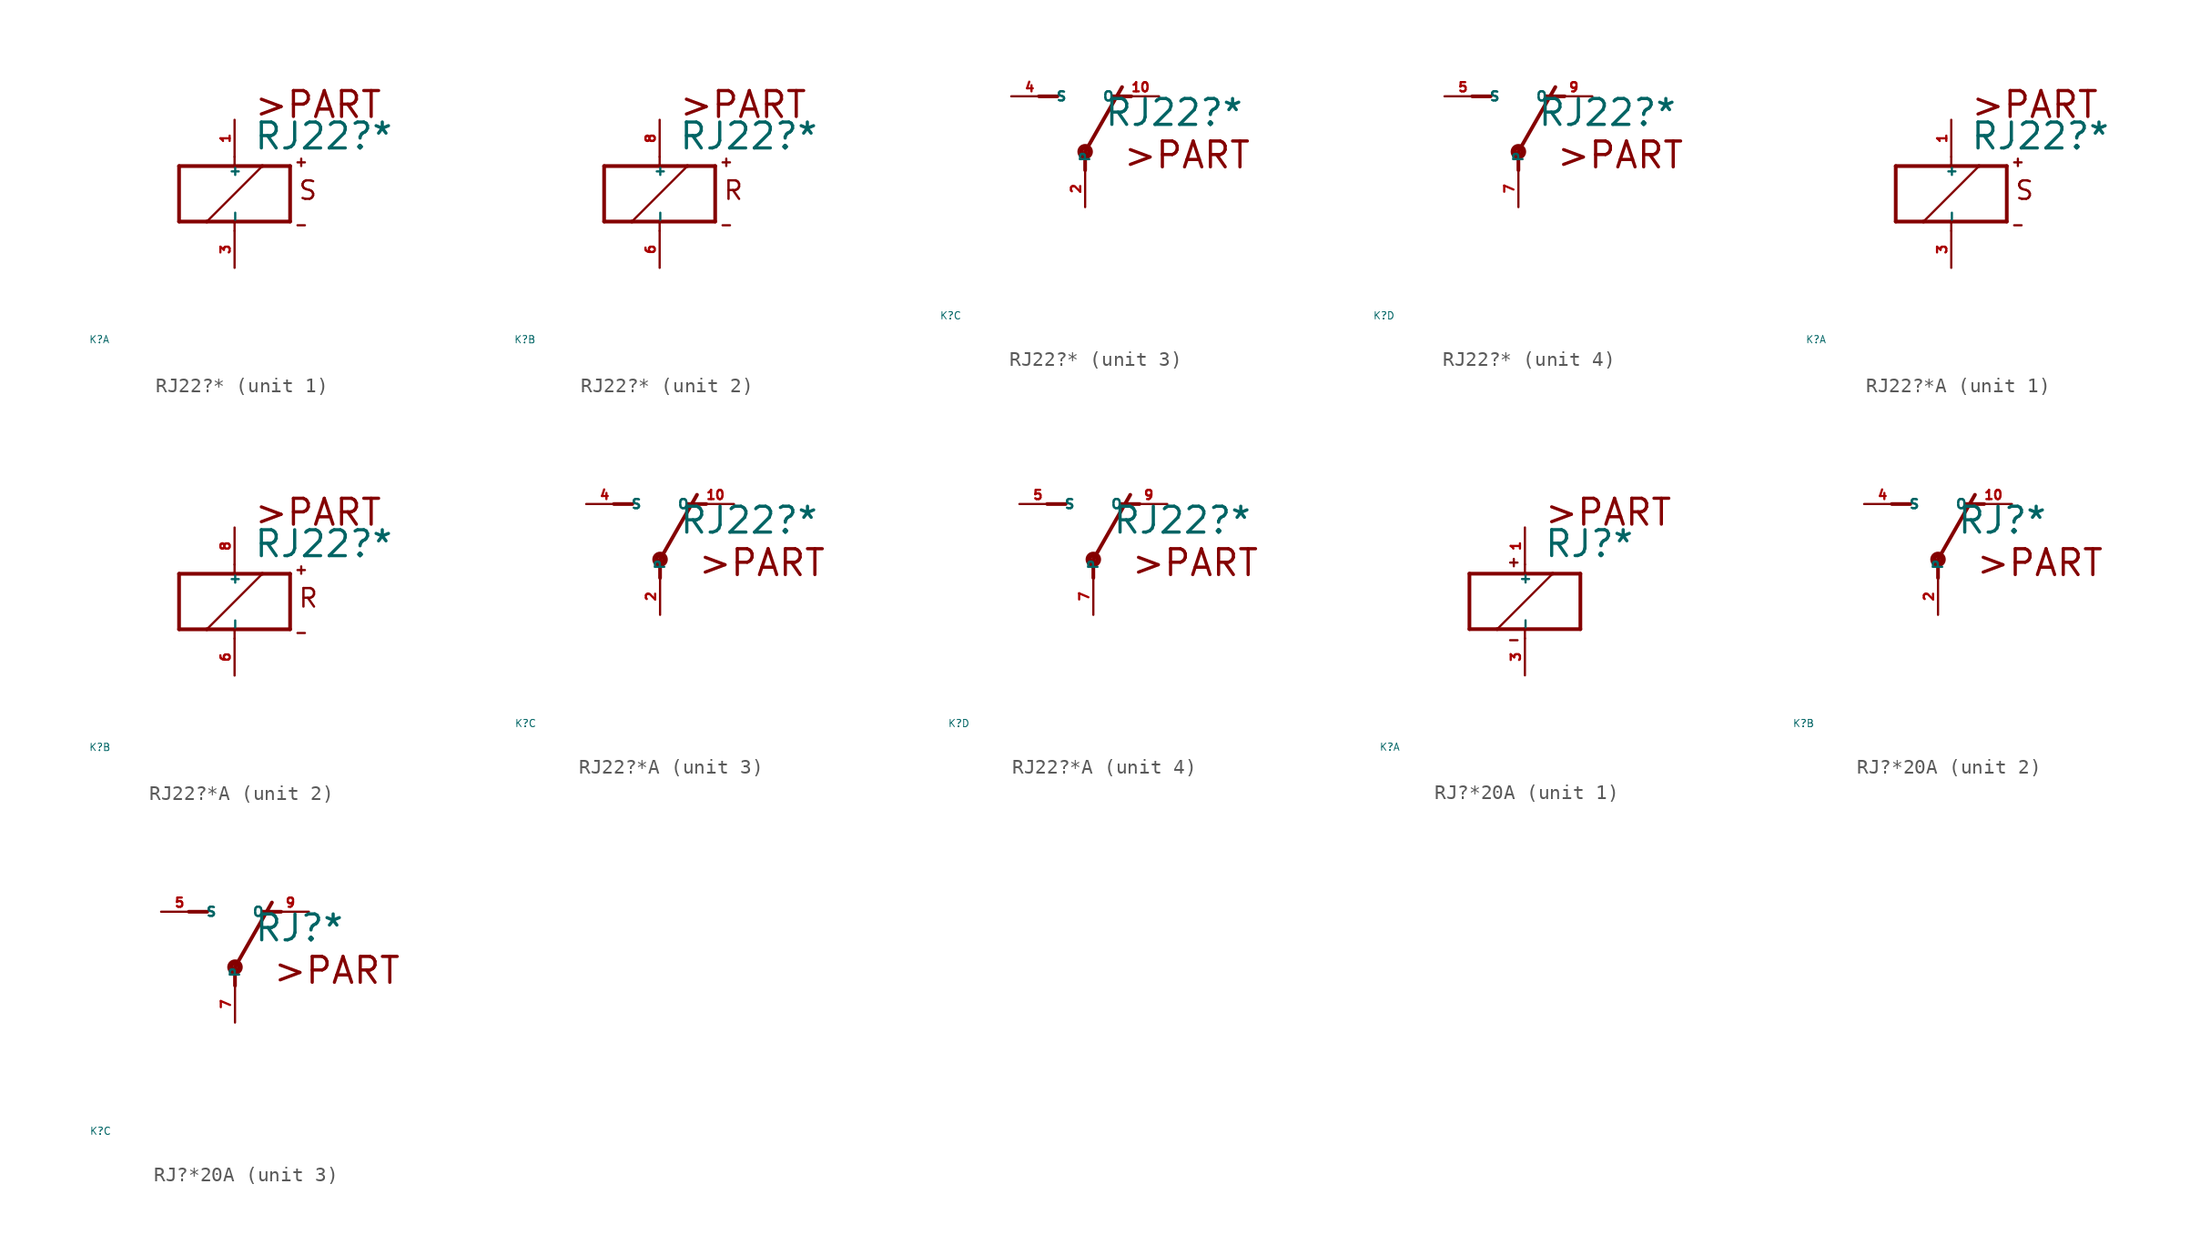
<source format=kicad_sym>
(kicad_symbol_lib
  (version 20220914)
  (generator Eagle2Kicad)
  (symbol "RJ22?*"
    (property "Reference" "K"
      (at -10 -10 0)
      (effects (font (size 0.5 0.5) (thickness 0.06)) (justify left)))
    (property "Value" "RJ22?*"
      (at 1.27 2.921 0)
      (effects (font (size 1.778 1.778) (thickness 0.22)) (justify left bottom)))
    (symbol "RJ22?*_1_0"
      (polyline (pts (xy -3.81 -1.905) (xy -1.905 -1.905)) (stroke (width 0.254) (type default)) (fill (type none)))
      (polyline (pts (xy 3.81 -1.905) (xy 3.81 1.905)) (stroke (width 0.254) (type default)) (fill (type none)))
      (polyline (pts (xy 3.81 1.905) (xy 1.905 1.905)) (stroke (width 0.254) (type default)) (fill (type none)))
      (polyline (pts (xy -3.81 1.905) (xy -3.81 -1.905)) (stroke (width 0.254) (type default)) (fill (type none)))
      (polyline (pts (xy 0 -2.54) (xy 0 -1.905)) (stroke (width 0.152) (type default)) (fill (type none)))
      (polyline (pts (xy 0 -1.905) (xy 3.81 -1.905)) (stroke (width 0.254) (type default)) (fill (type none)))
      (polyline (pts (xy 0 2.54) (xy 0 1.905)) (stroke (width 0.152) (type default)) (fill (type none)))
      (polyline (pts (xy 0 1.905) (xy -3.81 1.905)) (stroke (width 0.254) (type default)) (fill (type none)))
      (polyline (pts (xy -1.905 -1.905) (xy 1.905 1.905)) (stroke (width 0.152) (type default)) (fill (type none)))
      (polyline (pts (xy -1.905 -1.905) (xy 0 -1.905)) (stroke (width 0.254) (type default)) (fill (type none)))
      (polyline (pts (xy 1.905 1.905) (xy 0 1.905)) (stroke (width 0.254) (type default)) (fill (type none)))
      (polyline (pts (xy 4.318 2.159) (xy 4.826 2.159)) (stroke (width 0.152) (type default)) (fill (type none)))
      (polyline (pts (xy 4.572 2.413) (xy 4.572 1.905)) (stroke (width 0.152) (type default)) (fill (type none)))
      (polyline (pts (xy 4.318 -2.159) (xy 4.826 -2.159)) (stroke (width 0.152) (type default)) (fill (type none)))
      (text ">PART" (at 1.27 5.08 0) (effects (font (size 1.778 1.778) (thickness 0.22)) (justify left bottom)))
      (text "S" (at 4.318 -0.508 0) (effects (font (size 1.27 1.27) (thickness 0.16)) (justify left bottom)))
      (pin passive line (at 0 -5.08 90) (length 2.54) (name "-" (effects (font (size 0.635 0.635) (thickness 0.08)) (justify left bottom))) (number "3" (effects (font (size 0.635 0.635) (thickness 0.08)) (justify left bottom))))
      (pin passive line (at 0 5.08 270) (length 2.54) (name "+" (effects (font (size 0.635 0.635) (thickness 0.08)) (justify left bottom))) (number "1" (effects (font (size 0.635 0.635) (thickness 0.08)) (justify left bottom)))))
    (symbol "RJ22?*_2_0"
      (polyline (pts (xy -3.81 -1.905) (xy -1.905 -1.905)) (stroke (width 0.254) (type default)) (fill (type none)))
      (polyline (pts (xy 3.81 -1.905) (xy 3.81 1.905)) (stroke (width 0.254) (type default)) (fill (type none)))
      (polyline (pts (xy 3.81 1.905) (xy 1.905 1.905)) (stroke (width 0.254) (type default)) (fill (type none)))
      (polyline (pts (xy -3.81 1.905) (xy -3.81 -1.905)) (stroke (width 0.254) (type default)) (fill (type none)))
      (polyline (pts (xy 0 -2.54) (xy 0 -1.905)) (stroke (width 0.152) (type default)) (fill (type none)))
      (polyline (pts (xy 0 -1.905) (xy 3.81 -1.905)) (stroke (width 0.254) (type default)) (fill (type none)))
      (polyline (pts (xy 0 2.54) (xy 0 1.905)) (stroke (width 0.152) (type default)) (fill (type none)))
      (polyline (pts (xy 0 1.905) (xy -3.81 1.905)) (stroke (width 0.254) (type default)) (fill (type none)))
      (polyline (pts (xy -1.905 -1.905) (xy 1.905 1.905)) (stroke (width 0.152) (type default)) (fill (type none)))
      (polyline (pts (xy -1.905 -1.905) (xy 0 -1.905)) (stroke (width 0.254) (type default)) (fill (type none)))
      (polyline (pts (xy 1.905 1.905) (xy 0 1.905)) (stroke (width 0.254) (type default)) (fill (type none)))
      (polyline (pts (xy 4.318 2.159) (xy 4.826 2.159)) (stroke (width 0.152) (type default)) (fill (type none)))
      (polyline (pts (xy 4.572 2.413) (xy 4.572 1.905)) (stroke (width 0.152) (type default)) (fill (type none)))
      (polyline (pts (xy 4.318 -2.159) (xy 4.826 -2.159)) (stroke (width 0.152) (type default)) (fill (type none)))
      (text ">PART" (at 1.27 5.08 0) (effects (font (size 1.778 1.778) (thickness 0.22)) (justify left bottom)))
      (text "R" (at 4.318 -0.508 0) (effects (font (size 1.27 1.27) (thickness 0.16)) (justify left bottom)))
      (pin passive line (at 0 -5.08 90) (length 2.54) (name "-" (effects (font (size 0.635 0.635) (thickness 0.08)) (justify left bottom))) (number "6" (effects (font (size 0.635 0.635) (thickness 0.08)) (justify left bottom))))
      (pin passive line (at 0 5.08 270) (length 2.54) (name "+" (effects (font (size 0.635 0.635) (thickness 0.08)) (justify left bottom))) (number "8" (effects (font (size 0.635 0.635) (thickness 0.08)) (justify left bottom)))))
    (symbol "RJ22?*_3_0"
      (polyline (pts (xy 3.175 5.08) (xy 1.905 5.08)) (stroke (width 0.254) (type default)) (fill (type none)))
      (polyline (pts (xy -3.175 5.08) (xy -1.905 5.08)) (stroke (width 0.254) (type default)) (fill (type none)))
      (polyline (pts (xy 0 1.27) (xy 2.54 5.715)) (stroke (width 0.254) (type default)) (fill (type none)))
      (polyline (pts (xy 0 1.27) (xy 0 0)) (stroke (width 0.254) (type default)) (fill (type none)))
      (text ">PART" (at 2.54 0 0) (effects (font (size 1.778 1.778) (thickness 0.22)) (justify left bottom)))
      (circle (center 0 1.27) (radius 0.127) (stroke (width 0.406) (type default)) (fill (type none)))
      (pin passive line (at 5.08 5.08 180) (length 2.54) (name "O" (effects (font (size 0.635 0.635) (thickness 0.08)) (justify left bottom))) (number "10" (effects (font (size 0.635 0.635) (thickness 0.08)) (justify left bottom))))
      (pin passive line (at -5.08 5.08 0) (length 2.54) (name "S" (effects (font (size 0.635 0.635) (thickness 0.08)) (justify left bottom))) (number "4" (effects (font (size 0.635 0.635) (thickness 0.08)) (justify left bottom))))
      (pin passive line (at 0 -2.54 90) (length 2.54) (name "P" (effects (font (size 0.635 0.635) (thickness 0.08)) (justify left bottom))) (number "2" (effects (font (size 0.635 0.635) (thickness 0.08)) (justify left bottom)))))
    (symbol "RJ22?*_4_0"
      (polyline (pts (xy 3.175 5.08) (xy 1.905 5.08)) (stroke (width 0.254) (type default)) (fill (type none)))
      (polyline (pts (xy -3.175 5.08) (xy -1.905 5.08)) (stroke (width 0.254) (type default)) (fill (type none)))
      (polyline (pts (xy 0 1.27) (xy 2.54 5.715)) (stroke (width 0.254) (type default)) (fill (type none)))
      (polyline (pts (xy 0 1.27) (xy 0 0)) (stroke (width 0.254) (type default)) (fill (type none)))
      (text ">PART" (at 2.54 0 0) (effects (font (size 1.778 1.778) (thickness 0.22)) (justify left bottom)))
      (circle (center 0 1.27) (radius 0.127) (stroke (width 0.406) (type default)) (fill (type none)))
      (pin passive line (at 5.08 5.08 180) (length 2.54) (name "O" (effects (font (size 0.635 0.635) (thickness 0.08)) (justify left bottom))) (number "9" (effects (font (size 0.635 0.635) (thickness 0.08)) (justify left bottom))))
      (pin passive line (at -5.08 5.08 0) (length 2.54) (name "S" (effects (font (size 0.635 0.635) (thickness 0.08)) (justify left bottom))) (number "5" (effects (font (size 0.635 0.635) (thickness 0.08)) (justify left bottom))))
      (pin passive line (at 0 -2.54 90) (length 2.54) (name "P" (effects (font (size 0.635 0.635) (thickness 0.08)) (justify left bottom))) (number "7" (effects (font (size 0.635 0.635) (thickness 0.08)) (justify left bottom))))))
  (symbol "RJ22?*A"
    (property "Reference" "K"
      (at -10 -10 0)
      (effects (font (size 0.5 0.5) (thickness 0.06)) (justify left)))
    (property "Value" "RJ22?*"
      (at 1.27 2.921 0)
      (effects (font (size 1.778 1.778) (thickness 0.22)) (justify left bottom)))
    (symbol "RJ22?*A_1_0"
      (polyline (pts (xy -3.81 -1.905) (xy -1.905 -1.905)) (stroke (width 0.254) (type default)) (fill (type none)))
      (polyline (pts (xy 3.81 -1.905) (xy 3.81 1.905)) (stroke (width 0.254) (type default)) (fill (type none)))
      (polyline (pts (xy 3.81 1.905) (xy 1.905 1.905)) (stroke (width 0.254) (type default)) (fill (type none)))
      (polyline (pts (xy -3.81 1.905) (xy -3.81 -1.905)) (stroke (width 0.254) (type default)) (fill (type none)))
      (polyline (pts (xy 0 -2.54) (xy 0 -1.905)) (stroke (width 0.152) (type default)) (fill (type none)))
      (polyline (pts (xy 0 -1.905) (xy 3.81 -1.905)) (stroke (width 0.254) (type default)) (fill (type none)))
      (polyline (pts (xy 0 2.54) (xy 0 1.905)) (stroke (width 0.152) (type default)) (fill (type none)))
      (polyline (pts (xy 0 1.905) (xy -3.81 1.905)) (stroke (width 0.254) (type default)) (fill (type none)))
      (polyline (pts (xy -1.905 -1.905) (xy 1.905 1.905)) (stroke (width 0.152) (type default)) (fill (type none)))
      (polyline (pts (xy -1.905 -1.905) (xy 0 -1.905)) (stroke (width 0.254) (type default)) (fill (type none)))
      (polyline (pts (xy 1.905 1.905) (xy 0 1.905)) (stroke (width 0.254) (type default)) (fill (type none)))
      (polyline (pts (xy 4.318 2.159) (xy 4.826 2.159)) (stroke (width 0.152) (type default)) (fill (type none)))
      (polyline (pts (xy 4.572 2.413) (xy 4.572 1.905)) (stroke (width 0.152) (type default)) (fill (type none)))
      (polyline (pts (xy 4.318 -2.159) (xy 4.826 -2.159)) (stroke (width 0.152) (type default)) (fill (type none)))
      (text ">PART" (at 1.27 5.08 0) (effects (font (size 1.778 1.778) (thickness 0.22)) (justify left bottom)))
      (text "S" (at 4.318 -0.508 0) (effects (font (size 1.27 1.27) (thickness 0.16)) (justify left bottom)))
      (pin passive line (at 0 -5.08 90) (length 2.54) (name "-" (effects (font (size 0.635 0.635) (thickness 0.08)) (justify left bottom))) (number "3" (effects (font (size 0.635 0.635) (thickness 0.08)) (justify left bottom))))
      (pin passive line (at 0 5.08 270) (length 2.54) (name "+" (effects (font (size 0.635 0.635) (thickness 0.08)) (justify left bottom))) (number "1" (effects (font (size 0.635 0.635) (thickness 0.08)) (justify left bottom)))))
    (symbol "RJ22?*A_2_0"
      (polyline (pts (xy -3.81 -1.905) (xy -1.905 -1.905)) (stroke (width 0.254) (type default)) (fill (type none)))
      (polyline (pts (xy 3.81 -1.905) (xy 3.81 1.905)) (stroke (width 0.254) (type default)) (fill (type none)))
      (polyline (pts (xy 3.81 1.905) (xy 1.905 1.905)) (stroke (width 0.254) (type default)) (fill (type none)))
      (polyline (pts (xy -3.81 1.905) (xy -3.81 -1.905)) (stroke (width 0.254) (type default)) (fill (type none)))
      (polyline (pts (xy 0 -2.54) (xy 0 -1.905)) (stroke (width 0.152) (type default)) (fill (type none)))
      (polyline (pts (xy 0 -1.905) (xy 3.81 -1.905)) (stroke (width 0.254) (type default)) (fill (type none)))
      (polyline (pts (xy 0 2.54) (xy 0 1.905)) (stroke (width 0.152) (type default)) (fill (type none)))
      (polyline (pts (xy 0 1.905) (xy -3.81 1.905)) (stroke (width 0.254) (type default)) (fill (type none)))
      (polyline (pts (xy -1.905 -1.905) (xy 1.905 1.905)) (stroke (width 0.152) (type default)) (fill (type none)))
      (polyline (pts (xy -1.905 -1.905) (xy 0 -1.905)) (stroke (width 0.254) (type default)) (fill (type none)))
      (polyline (pts (xy 1.905 1.905) (xy 0 1.905)) (stroke (width 0.254) (type default)) (fill (type none)))
      (polyline (pts (xy 4.318 2.159) (xy 4.826 2.159)) (stroke (width 0.152) (type default)) (fill (type none)))
      (polyline (pts (xy 4.572 2.413) (xy 4.572 1.905)) (stroke (width 0.152) (type default)) (fill (type none)))
      (polyline (pts (xy 4.318 -2.159) (xy 4.826 -2.159)) (stroke (width 0.152) (type default)) (fill (type none)))
      (text ">PART" (at 1.27 5.08 0) (effects (font (size 1.778 1.778) (thickness 0.22)) (justify left bottom)))
      (text "R" (at 4.318 -0.508 0) (effects (font (size 1.27 1.27) (thickness 0.16)) (justify left bottom)))
      (pin passive line (at 0 -5.08 90) (length 2.54) (name "-" (effects (font (size 0.635 0.635) (thickness 0.08)) (justify left bottom))) (number "6" (effects (font (size 0.635 0.635) (thickness 0.08)) (justify left bottom))))
      (pin passive line (at 0 5.08 270) (length 2.54) (name "+" (effects (font (size 0.635 0.635) (thickness 0.08)) (justify left bottom))) (number "8" (effects (font (size 0.635 0.635) (thickness 0.08)) (justify left bottom)))))
    (symbol "RJ22?*A_3_0"
      (polyline (pts (xy 3.175 5.08) (xy 1.905 5.08)) (stroke (width 0.254) (type default)) (fill (type none)))
      (polyline (pts (xy -3.175 5.08) (xy -1.905 5.08)) (stroke (width 0.254) (type default)) (fill (type none)))
      (polyline (pts (xy 0 1.27) (xy 2.54 5.715)) (stroke (width 0.254) (type default)) (fill (type none)))
      (polyline (pts (xy 0 1.27) (xy 0 0)) (stroke (width 0.254) (type default)) (fill (type none)))
      (text ">PART" (at 2.54 0 0) (effects (font (size 1.778 1.778) (thickness 0.22)) (justify left bottom)))
      (circle (center 0 1.27) (radius 0.127) (stroke (width 0.406) (type default)) (fill (type none)))
      (pin passive line (at 5.08 5.08 180) (length 2.54) (name "O" (effects (font (size 0.635 0.635) (thickness 0.08)) (justify left bottom))) (number "10" (effects (font (size 0.635 0.635) (thickness 0.08)) (justify left bottom))))
      (pin passive line (at -5.08 5.08 0) (length 2.54) (name "S" (effects (font (size 0.635 0.635) (thickness 0.08)) (justify left bottom))) (number "4" (effects (font (size 0.635 0.635) (thickness 0.08)) (justify left bottom))))
      (pin passive line (at 0 -2.54 90) (length 2.54) (name "P" (effects (font (size 0.635 0.635) (thickness 0.08)) (justify left bottom))) (number "2" (effects (font (size 0.635 0.635) (thickness 0.08)) (justify left bottom)))))
    (symbol "RJ22?*A_4_0"
      (polyline (pts (xy 3.175 5.08) (xy 1.905 5.08)) (stroke (width 0.254) (type default)) (fill (type none)))
      (polyline (pts (xy -3.175 5.08) (xy -1.905 5.08)) (stroke (width 0.254) (type default)) (fill (type none)))
      (polyline (pts (xy 0 1.27) (xy 2.54 5.715)) (stroke (width 0.254) (type default)) (fill (type none)))
      (polyline (pts (xy 0 1.27) (xy 0 0)) (stroke (width 0.254) (type default)) (fill (type none)))
      (text ">PART" (at 2.54 0 0) (effects (font (size 1.778 1.778) (thickness 0.22)) (justify left bottom)))
      (circle (center 0 1.27) (radius 0.127) (stroke (width 0.406) (type default)) (fill (type none)))
      (pin passive line (at 5.08 5.08 180) (length 2.54) (name "O" (effects (font (size 0.635 0.635) (thickness 0.08)) (justify left bottom))) (number "9" (effects (font (size 0.635 0.635) (thickness 0.08)) (justify left bottom))))
      (pin passive line (at -5.08 5.08 0) (length 2.54) (name "S" (effects (font (size 0.635 0.635) (thickness 0.08)) (justify left bottom))) (number "5" (effects (font (size 0.635 0.635) (thickness 0.08)) (justify left bottom))))
      (pin passive line (at 0 -2.54 90) (length 2.54) (name "P" (effects (font (size 0.635 0.635) (thickness 0.08)) (justify left bottom))) (number "7" (effects (font (size 0.635 0.635) (thickness 0.08)) (justify left bottom))))))
  (symbol "RJ?*20A"
    (property "Reference" "K"
      (at -10 -10 0)
      (effects (font (size 0.5 0.5) (thickness 0.06)) (justify left)))
    (property "Value" "RJ?*"
      (at 1.27 2.921 0)
      (effects (font (size 1.778 1.778) (thickness 0.22)) (justify left bottom)))
    (symbol "RJ?*20A_1_0"
      (polyline (pts (xy -3.81 -1.905) (xy -1.905 -1.905)) (stroke (width 0.254) (type default)) (fill (type none)))
      (polyline (pts (xy 3.81 -1.905) (xy 3.81 1.905)) (stroke (width 0.254) (type default)) (fill (type none)))
      (polyline (pts (xy 3.81 1.905) (xy 1.905 1.905)) (stroke (width 0.254) (type default)) (fill (type none)))
      (polyline (pts (xy -3.81 1.905) (xy -3.81 -1.905)) (stroke (width 0.254) (type default)) (fill (type none)))
      (polyline (pts (xy 0 -2.54) (xy 0 -1.905)) (stroke (width 0.152) (type default)) (fill (type none)))
      (polyline (pts (xy 0 -1.905) (xy 3.81 -1.905)) (stroke (width 0.254) (type default)) (fill (type none)))
      (polyline (pts (xy 0 2.54) (xy 0 1.905)) (stroke (width 0.152) (type default)) (fill (type none)))
      (polyline (pts (xy 0 1.905) (xy -3.81 1.905)) (stroke (width 0.254) (type default)) (fill (type none)))
      (polyline (pts (xy -1.905 -1.905) (xy 1.905 1.905)) (stroke (width 0.152) (type default)) (fill (type none)))
      (polyline (pts (xy -1.905 -1.905) (xy 0 -1.905)) (stroke (width 0.254) (type default)) (fill (type none)))
      (polyline (pts (xy 1.905 1.905) (xy 0 1.905)) (stroke (width 0.254) (type default)) (fill (type none)))
      (polyline (pts (xy -1.016 2.667) (xy -0.508 2.667)) (stroke (width 0.152) (type default)) (fill (type none)))
      (polyline (pts (xy -0.762 2.921) (xy -0.762 2.413)) (stroke (width 0.152) (type default)) (fill (type none)))
      (polyline (pts (xy -1.016 -2.667) (xy -0.508 -2.667)) (stroke (width 0.152) (type default)) (fill (type none)))
      (text ">PART" (at 1.27 5.08 0) (effects (font (size 1.778 1.778) (thickness 0.22)) (justify left bottom)))
      (pin passive line (at 0 -5.08 90) (length 2.54) (name "-" (effects (font (size 0.635 0.635) (thickness 0.08)) (justify left bottom))) (number "3" (effects (font (size 0.635 0.635) (thickness 0.08)) (justify left bottom))))
      (pin passive line (at 0 5.08 270) (length 2.54) (name "+" (effects (font (size 0.635 0.635) (thickness 0.08)) (justify left bottom))) (number "1" (effects (font (size 0.635 0.635) (thickness 0.08)) (justify left bottom)))))
    (symbol "RJ?*20A_2_0"
      (polyline (pts (xy 3.175 5.08) (xy 1.905 5.08)) (stroke (width 0.254) (type default)) (fill (type none)))
      (polyline (pts (xy -3.175 5.08) (xy -1.905 5.08)) (stroke (width 0.254) (type default)) (fill (type none)))
      (polyline (pts (xy 0 1.27) (xy 2.54 5.715)) (stroke (width 0.254) (type default)) (fill (type none)))
      (polyline (pts (xy 0 1.27) (xy 0 0)) (stroke (width 0.254) (type default)) (fill (type none)))
      (text ">PART" (at 2.54 0 0) (effects (font (size 1.778 1.778) (thickness 0.22)) (justify left bottom)))
      (circle (center 0 1.27) (radius 0.127) (stroke (width 0.406) (type default)) (fill (type none)))
      (pin passive line (at 5.08 5.08 180) (length 2.54) (name "O" (effects (font (size 0.635 0.635) (thickness 0.08)) (justify left bottom))) (number "10" (effects (font (size 0.635 0.635) (thickness 0.08)) (justify left bottom))))
      (pin passive line (at -5.08 5.08 0) (length 2.54) (name "S" (effects (font (size 0.635 0.635) (thickness 0.08)) (justify left bottom))) (number "4" (effects (font (size 0.635 0.635) (thickness 0.08)) (justify left bottom))))
      (pin passive line (at 0 -2.54 90) (length 2.54) (name "P" (effects (font (size 0.635 0.635) (thickness 0.08)) (justify left bottom))) (number "2" (effects (font (size 0.635 0.635) (thickness 0.08)) (justify left bottom)))))
    (symbol "RJ?*20A_3_0"
      (polyline (pts (xy 3.175 5.08) (xy 1.905 5.08)) (stroke (width 0.254) (type default)) (fill (type none)))
      (polyline (pts (xy -3.175 5.08) (xy -1.905 5.08)) (stroke (width 0.254) (type default)) (fill (type none)))
      (polyline (pts (xy 0 1.27) (xy 2.54 5.715)) (stroke (width 0.254) (type default)) (fill (type none)))
      (polyline (pts (xy 0 1.27) (xy 0 0)) (stroke (width 0.254) (type default)) (fill (type none)))
      (text ">PART" (at 2.54 0 0) (effects (font (size 1.778 1.778) (thickness 0.22)) (justify left bottom)))
      (circle (center 0 1.27) (radius 0.127) (stroke (width 0.406) (type default)) (fill (type none)))
      (pin passive line (at 5.08 5.08 180) (length 2.54) (name "O" (effects (font (size 0.635 0.635) (thickness 0.08)) (justify left bottom))) (number "9" (effects (font (size 0.635 0.635) (thickness 0.08)) (justify left bottom))))
      (pin passive line (at -5.08 5.08 0) (length 2.54) (name "S" (effects (font (size 0.635 0.635) (thickness 0.08)) (justify left bottom))) (number "5" (effects (font (size 0.635 0.635) (thickness 0.08)) (justify left bottom))))
      (pin passive line (at 0 -2.54 90) (length 2.54) (name "P" (effects (font (size 0.635 0.635) (thickness 0.08)) (justify left bottom))) (number "7" (effects (font (size 0.635 0.635) (thickness 0.08)) (justify left bottom)))))))
</source>
